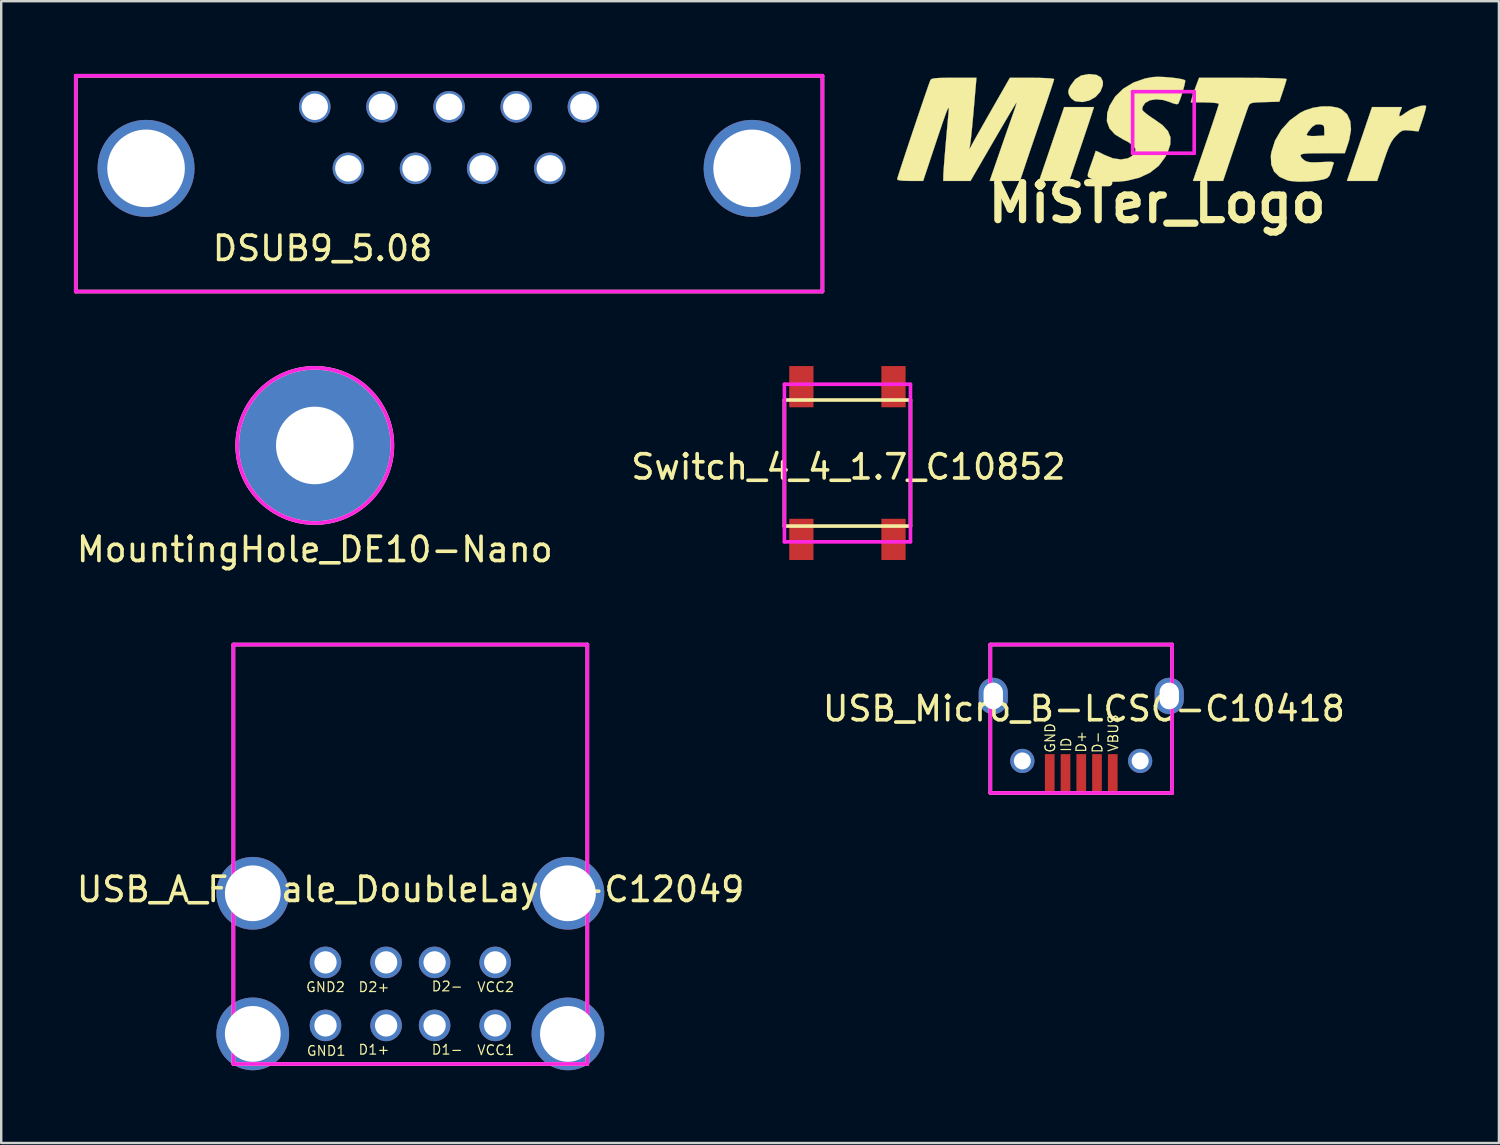
<source format=kicad_pcb>
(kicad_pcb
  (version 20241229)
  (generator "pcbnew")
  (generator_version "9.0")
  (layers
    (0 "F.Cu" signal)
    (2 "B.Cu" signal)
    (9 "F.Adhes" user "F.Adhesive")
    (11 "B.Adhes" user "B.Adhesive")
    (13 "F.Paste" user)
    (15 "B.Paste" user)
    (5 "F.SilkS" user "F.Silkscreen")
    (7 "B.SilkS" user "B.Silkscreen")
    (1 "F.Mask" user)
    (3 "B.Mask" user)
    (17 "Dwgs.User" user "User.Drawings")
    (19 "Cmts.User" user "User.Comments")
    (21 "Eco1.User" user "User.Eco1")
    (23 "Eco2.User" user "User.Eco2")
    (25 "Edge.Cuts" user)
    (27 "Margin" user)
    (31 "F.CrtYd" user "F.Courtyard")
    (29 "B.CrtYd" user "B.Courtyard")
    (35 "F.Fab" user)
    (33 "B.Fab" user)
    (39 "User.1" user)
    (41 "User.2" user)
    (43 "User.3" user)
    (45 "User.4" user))
  (footprint "MountingHole_DE10-Nano"
    (layer "F.Cu")
    (at 9.935 15.325)
    (property "Reference" "MountingHole_DE10-Nano" (at 0 4.29 0) (layer "F.SilkS") (effects (font (size 1 1) (thickness 0.15))))
    (attr through_hole)
    (fp_circle (center 0 0) (end 3.2 0) (stroke (width 0.15) (type solid)) (fill no) (layer "F.SilkS"))
    (fp_circle (center 0 0) (end 3.2 0) (stroke (width 0.15) (type solid)) (fill no) (layer "F.CrtYd"))
    (pad "1" thru_hole circle (at 0 0) (size 6.35 6.35) (drill 3.2) (layers "*.Cu" "*.Mask")))
  (footprint "USB_Micro_B-LCSC-C10418"
    (layer "F.Cu")
    (at 41.551 28.058)
    (property "Reference" "USB_Micro_B-LCSC-C10418" (at 0.11 -1.874 0) (layer "F.SilkS") (effects (font (size 1 1) (thickness 0.15))))
    (attr through_hole)
    (fp_line (start -3.75 -4.52) (end 3.75 -4.52) (stroke (width 0.15) (type solid)) (layer "F.SilkS"))
    (fp_line (start -3.75 1.6) (end -3.75 -4.52) (stroke (width 0.15) (type solid)) (layer "F.SilkS"))
    (fp_line (start 3.75 -4.52) (end 3.75 1.6) (stroke (width 0.15) (type solid)) (layer "F.SilkS"))
    (fp_line (start 3.75 1.6) (end -3.75 1.6) (stroke (width 0.15) (type solid)) (layer "F.SilkS"))
    (fp_line (start -3.75 -4.52) (end 3.75 -4.52) (stroke (width 0.15) (type solid)) (layer "F.CrtYd"))
    (fp_line (start -3.75 1.6) (end -3.75 -4.52) (stroke (width 0.15) (type solid)) (layer "F.CrtYd"))
    (fp_line (start -3.75 1.6) (end 3.75 1.6) (stroke (width 0.15) (type solid)) (layer "F.CrtYd"))
    (fp_line (start 3.75 -4.52) (end 3.75 1.6) (stroke (width 0.15) (type solid)) (layer "F.CrtYd"))
    (fp_text user "D+" (at 0 -0.51 90) (layer "F.SilkS") (effects (font (size 0.4 0.4) (thickness 0.05))))
    (fp_text user "D-" (at 0.67 -0.49 90) (layer "F.SilkS") (effects (font (size 0.4 0.4) (thickness 0.05))))
    (fp_text user "VBUS" (at 1.32 -0.87 90) (layer "F.SilkS") (effects (font (size 0.4 0.4) (thickness 0.05))))
    (fp_text user "ID" (at -0.62 -0.39 90) (layer "F.SilkS") (effects (font (size 0.4 0.4) (thickness 0.05))))
    (fp_text user "GND" (at -1.28 -0.67 90) (layer "F.SilkS") (effects (font (size 0.4 0.4) (thickness 0.05))))
    (pad "1" smd rect (at 1.3 0.8) (size 0.4 1.6) (layers "F.Cu" "F.Mask" "F.Paste"))
    (pad "2" smd rect (at 0.65 0.8) (size 0.4 1.6) (layers "F.Cu" "F.Mask" "F.Paste"))
    (pad "3" smd rect (at 0 0.8) (size 0.4 1.6) (layers "F.Cu" "F.Mask" "F.Paste"))
    (pad "4" smd rect (at -0.65 0.8) (size 0.4 1.6) (layers "F.Cu" "F.Mask" "F.Paste"))
    (pad "5" smd rect (at -1.3 0.8) (size 0.4 1.6) (layers "F.Cu" "F.Mask" "F.Paste"))
    (pad "6" thru_hole oval (at -3.63 -2.4) (size 1.2 1.5) (drill oval 0.8 1.1) (layers "*.Cu" "*.Mask"))
    (pad "6" thru_hole circle (at -2.43 0.28) (size 1 1) (drill 0.7) (layers "*.Cu" "*.Mask"))
    (pad "6" thru_hole circle (at 2.43 0.28) (size 1 1) (drill 0.7) (layers "*.Cu" "*.Mask"))
    (pad "6" thru_hole oval (at 3.63 -2.4) (size 1.2 1.5) (drill oval 0.8 1.1) (layers "*.Cu" "*.Mask")))
  (footprint "MiSTer_Logo"
    (layer "F.Cu")
    (at 44.941 2.001)
    (property "Reference" "MiSTer_Logo" (at -0.26 3.32 0) (layer "F.SilkS") (effects (font (size 1.524 1.524) (thickness 0.3))))
    (attr through_hole)
    (fp_poly (pts (xy -2.941 -0.396) (xy -2.984 -0.265) (xy -3.06 -0.035) (xy -3.162 0.271) (xy -3.283 0.631) (xy -3.415 1.024) (xy -3.45 1.128) (xy -3.884 2.413) (xy -5.131 2.413) (xy -4.613 0.89) (xy -4.096 -0.634) (xy -3.481 -0.634) (xy -2.866 -0.635) (xy -2.941 -0.396)) (stroke (width 0.01) (type solid)) (fill yes) (layer "F.SilkS"))
    (fp_poly (pts (xy -2.767 -1.964) (xy -2.58 -1.86) (xy -2.496 -1.686) (xy -2.5 -1.531) (xy -2.602 -1.27) (xy -2.796 -1.056) (xy -3.051 -0.908) (xy -3.336 -0.842) (xy -3.621 -0.874) (xy -3.668 -0.891) (xy -3.801 -0.991) (xy -3.887 -1.116) (xy -3.927 -1.248) (xy -3.903 -1.377) (xy -3.839 -1.509) (xy -3.64 -1.779) (xy -3.392 -1.938) (xy -3.078 -1.995) (xy -3.056 -1.996) (xy -2.767 -1.964)) (stroke (width 0.01) (type solid)) (fill yes) (layer "F.SilkS"))
    (fp_poly (pts (xy 10.834 -0.681) (xy 10.829 -0.611) (xy 10.789 -0.451) (xy 10.723 -0.231) (xy 10.693 -0.14) (xy 10.521 0.37) (xy 10.183 0.335) (xy 9.982 0.32) (xy 9.851 0.341) (xy 9.733 0.418) (xy 9.6 0.547) (xy 9.488 0.673) (xy 9.392 0.819) (xy 9.299 1.011) (xy 9.198 1.274) (xy 9.085 1.603) (xy 8.816 2.413) (xy 7.569 2.413) (xy 8.087 0.89) (xy 8.604 -0.634) (xy 9.222 -0.634) (xy 9.839 -0.635) (xy 9.777 -0.472) (xy 9.727 -0.315) (xy 9.737 -0.252) (xy 9.821 -0.281) (xy 9.987 -0.399) (xy 9.998 -0.407) (xy 10.182 -0.522) (xy 10.395 -0.617) (xy 10.6 -0.681) (xy 10.762 -0.702) (xy 10.834 -0.681)) (stroke (width 0.01) (type solid)) (fill yes) (layer "F.SilkS"))
    (fp_poly (pts (xy 3.739 -1.84) (xy 4.159 -1.835) (xy 4.518 -1.827) (xy 4.802 -1.818) (xy 4.994 -1.806) (xy 5.078 -1.793) (xy 5.08 -1.79) (xy 5.061 -1.709) (xy 5.011 -1.542) (xy 4.94 -1.324) (xy 4.931 -1.298) (xy 4.783 -0.857) (xy 4.176 -0.839) (xy 3.895 -0.829) (xy 3.714 -0.815) (xy 3.607 -0.789) (xy 3.548 -0.743) (xy 3.51 -0.67) (xy 3.501 -0.649) (xy 3.462 -0.541) (xy 3.39 -0.332) (xy 3.29 -0.041) (xy 3.169 0.313) (xy 3.034 0.71) (xy 2.947 0.968) (xy 2.461 2.413) (xy 1.218 2.413) (xy 1.752 0.853) (xy 1.896 0.43) (xy 2.025 0.047) (xy 2.134 -0.281) (xy 2.218 -0.537) (xy 2.27 -0.705) (xy 2.286 -0.766) (xy 2.227 -0.792) (xy 2.07 -0.812) (xy 1.841 -0.824) (xy 1.708 -0.826) (xy 1.129 -0.826) (xy 1.17 -0.987) (xy 1.215 -1.137) (xy 1.287 -1.348) (xy 1.34 -1.495) (xy 1.47 -1.841) (xy 3.275 -1.841) (xy 3.739 -1.84)) (stroke (width 0.01) (type solid)) (fill yes) (layer "F.SilkS"))
    (fp_poly (pts (xy 7.182 -0.612) (xy 7.349 -0.541) (xy 7.579 -0.335) (xy 7.708 -0.054) (xy 7.737 0.298) (xy 7.663 0.717) (xy 7.614 0.877) (xy 7.481 1.27) (xy 6.566 1.27) (xy 6.201 1.272) (xy 5.945 1.279) (xy 5.78 1.293) (xy 5.689 1.315) (xy 5.654 1.348) (xy 5.652 1.364) (xy 5.7 1.463) (xy 5.813 1.563) (xy 5.921 1.616) (xy 6.064 1.643) (xy 6.274 1.646) (xy 6.515 1.635) (xy 6.784 1.622) (xy 6.946 1.625) (xy 7.019 1.647) (xy 7.025 1.683) (xy 6.988 1.792) (xy 6.934 1.966) (xy 6.916 2.026) (xy 6.847 2.202) (xy 6.749 2.296) (xy 6.61 2.347) (xy 6.289 2.408) (xy 5.922 2.44) (xy 5.559 2.443) (xy 5.246 2.415) (xy 5.121 2.389) (xy 4.792 2.245) (xy 4.567 2.028) (xy 4.447 1.74) (xy 4.431 1.381) (xy 4.453 1.226) (xy 4.604 0.747) (xy 4.739 0.516) (xy 5.905 0.516) (xy 5.963 0.547) (xy 6.116 0.561) (xy 6.271 0.559) (xy 6.636 0.54) (xy 6.636 0.318) (xy 6.624 0.166) (xy 6.565 0.1) (xy 6.438 0.076) (xy 6.28 0.087) (xy 6.147 0.175) (xy 6.073 0.255) (xy 5.967 0.395) (xy 5.909 0.499) (xy 5.905 0.516) (xy 4.739 0.516) (xy 4.864 0.302) (xy 5.214 -0.086) (xy 5.637 -0.394) (xy 5.827 -0.492) (xy 6.157 -0.603) (xy 6.519 -0.661) (xy 6.874 -0.664) (xy 7.182 -0.612)) (stroke (width 0.01) (type solid)) (fill yes) (layer "F.SilkS"))
    (fp_poly (pts (xy 0.025 -1.875) (xy 0.305 -1.853) (xy 0.57 -1.821) (xy 0.78 -1.782) (xy 0.894 -1.743) (xy 0.895 -1.676) (xy 0.864 -1.525) (xy 0.809 -1.325) (xy 0.743 -1.111) (xy 0.675 -0.918) (xy 0.615 -0.783) (xy 0.606 -0.766) (xy 0.53 -0.753) (xy 0.378 -0.795) (xy 0.3 -0.828) (xy -0.001 -0.925) (xy -0.3 -0.954) (xy -0.56 -0.914) (xy -0.749 -0.807) (xy -0.757 -0.799) (xy -0.85 -0.662) (xy -0.88 -0.54) (xy -0.879 -0.536) (xy -0.818 -0.455) (xy -0.673 -0.332) (xy -0.471 -0.19) (xy -0.381 -0.133) (xy -0.037 0.112) (xy 0.185 0.355) (xy 0.291 0.613) (xy 0.284 0.902) (xy 0.171 1.238) (xy 0.076 1.426) (xy -0.189 1.784) (xy -0.553 2.071) (xy -1.002 2.281) (xy -1.525 2.408) (xy -1.824 2.44) (xy -2.11 2.447) (xy -2.391 2.439) (xy -2.607 2.417) (xy -2.612 2.416) (xy -2.819 2.368) (xy -2.991 2.313) (xy -3.034 2.293) (xy -3.095 2.256) (xy -3.122 2.206) (xy -3.114 2.118) (xy -3.069 1.965) (xy -2.983 1.72) (xy -2.979 1.708) (xy -2.895 1.473) (xy -2.832 1.289) (xy -2.797 1.184) (xy -2.794 1.171) (xy -2.743 1.187) (xy -2.61 1.249) (xy -2.438 1.337) (xy -2.083 1.48) (xy -1.752 1.527) (xy -1.466 1.479) (xy -1.31 1.392) (xy -1.172 1.243) (xy -1.15 1.098) (xy -1.246 0.953) (xy -1.465 0.8) (xy -1.657 0.702) (xy -2.002 0.493) (xy -2.227 0.242) (xy -2.332 -0.052) (xy -2.318 -0.389) (xy -2.221 -0.688) (xy -1.99 -1.07) (xy -1.657 -1.392) (xy -1.241 -1.644) (xy -0.757 -1.814) (xy -0.436 -1.873) (xy -0.235 -1.883) (xy 0.025 -1.875)) (stroke (width 0.01) (type solid)) (fill yes) (layer "F.SilkS"))
    (fp_poly (pts (xy -7.818 -0.619) (xy -7.854 -0.22) (xy -7.888 0.153) (xy -7.92 0.473) (xy -7.947 0.717) (xy -7.965 0.857) (xy -8.006 1.111) (xy -7.869 0.857) (xy -7.798 0.727) (xy -7.674 0.507) (xy -7.51 0.218) (xy -7.318 -0.121) (xy -7.108 -0.489) (xy -7.034 -0.619) (xy -6.334 -1.842) (xy -5.421 -1.842) (xy -5.097 -1.838) (xy -4.824 -1.828) (xy -4.624 -1.813) (xy -4.519 -1.795) (xy -4.508 -1.787) (xy -4.528 -1.715) (xy -4.584 -1.538) (xy -4.67 -1.276) (xy -4.782 -0.942) (xy -4.912 -0.555) (xy -5.039 -0.184) (xy -5.194 0.27) (xy -5.346 0.715) (xy -5.486 1.128) (xy -5.607 1.484) (xy -5.7 1.76) (xy -5.743 1.889) (xy -5.916 2.413) (xy -7.168 2.413) (xy -6.755 1.222) (xy -6.617 0.822) (xy -6.481 0.432) (xy -6.357 0.079) (xy -6.256 -0.208) (xy -6.189 -0.397) (xy -6.117 -0.606) (xy -6.07 -0.758) (xy -6.056 -0.825) (xy -6.057 -0.826) (xy -6.093 -0.773) (xy -6.185 -0.624) (xy -6.324 -0.392) (xy -6.502 -0.09) (xy -6.712 0.267) (xy -6.944 0.666) (xy -7.019 0.794) (xy -7.958 2.413) (xy -9.081 2.413) (xy -9.08 2.207) (xy -9.073 2.068) (xy -9.056 1.818) (xy -9.029 1.472) (xy -8.994 1.045) (xy -8.951 0.553) (xy -8.902 0.01) (xy -8.858 -0.468) (xy -8.852 -0.568) (xy -8.861 -0.608) (xy -8.888 -0.577) (xy -8.937 -0.466) (xy -9.011 -0.268) (xy -9.114 0.027) (xy -9.25 0.428) (xy -9.367 0.778) (xy -9.911 2.413) (xy -10.448 2.413) (xy -10.739 2.405) (xy -10.921 2.382) (xy -10.985 2.345) (xy -10.986 2.344) (xy -10.966 2.274) (xy -10.911 2.1) (xy -10.827 1.841) (xy -10.719 1.513) (xy -10.594 1.134) (xy -10.456 0.721) (xy -10.312 0.29) (xy -10.167 -0.14) (xy -10.028 -0.552) (xy -9.899 -0.93) (xy -9.787 -1.256) (xy -9.698 -1.513) (xy -9.637 -1.684) (xy -9.619 -1.73) (xy -9.59 -1.774) (xy -9.528 -1.805) (xy -9.415 -1.824) (xy -9.23 -1.836) (xy -8.955 -1.841) (xy -8.644 -1.842) (xy -7.713 -1.842) (xy -7.818 -0.619)) (stroke (width 0.01) (type solid)) (fill yes) (layer "F.SilkS"))
    (fp_line (start -1.27 -1.27) (end 1.27 -1.27) (stroke (width 0.15) (type solid)) (layer "F.CrtYd"))
    (fp_line (start -1.27 1.27) (end -1.27 -1.27) (stroke (width 0.15) (type solid)) (layer "F.CrtYd"))
    (fp_line (start 1.27 -1.27) (end 1.27 1.27) (stroke (width 0.15) (type solid)) (layer "F.CrtYd"))
    (fp_line (start 1.27 1.27) (end -1.27 1.27) (stroke (width 0.15) (type solid)) (layer "F.CrtYd")))
  (footprint "DSUB9_5.08"
    (layer "F.Cu")
    (at 15.475 3.895)
    (property "Reference" "DSUB9_5.08" (at -5.22 3.3 0) (layer "F.SilkS") (effects (font (size 1 1) (thickness 0.15))))
    (attr through_hole)
    (fp_line (start -15.4 -3.82) (end -15.4 5.08) (stroke (width 0.15) (type solid)) (layer "F.SilkS"))
    (fp_line (start -15.4 -3.82) (end 15.4 -3.82) (stroke (width 0.15) (type solid)) (layer "F.SilkS"))
    (fp_line (start -15.4 5.08) (end 15.4 5.08) (stroke (width 0.15) (type solid)) (layer "F.SilkS"))
    (fp_line (start 15.4 -3.82) (end 15.4 5.08) (stroke (width 0.15) (type solid)) (layer "F.SilkS"))
    (fp_line (start -15.4 -3.82) (end -15.4 5.08) (stroke (width 0.15) (type solid)) (layer "F.CrtYd"))
    (fp_line (start -15.4 -3.82) (end 15.4 -3.82) (stroke (width 0.15) (type solid)) (layer "F.CrtYd"))
    (fp_line (start -15.4 5.08) (end 15.4 5.08) (stroke (width 0.15) (type solid)) (layer "F.CrtYd"))
    (fp_line (start 15.4 -3.82) (end 15.4 5.08) (stroke (width 0.15) (type solid)) (layer "F.CrtYd"))
    (pad "0" thru_hole circle (at -12.5 0) (size 4 4) (drill 3.2) (layers "*.Cu" "*.Mask"))
    (pad "0" thru_hole circle (at 12.5 0) (size 4 4) (drill 3.2) (layers "*.Cu" "*.Mask"))
    (pad "1" thru_hole circle (at -5.54 -2.54) (size 1.3 1.3) (drill 1.09) (layers "*.Cu" "*.Mask"))
    (pad "2" thru_hole circle (at -2.77 -2.54) (size 1.3 1.3) (drill 1.09) (layers "*.Cu" "*.Mask"))
    (pad "3" thru_hole circle (at 0 -2.54) (size 1.3 1.3) (drill 1.09) (layers "*.Cu" "*.Mask"))
    (pad "4" thru_hole circle (at 2.77 -2.54) (size 1.3 1.3) (drill 1.09) (layers "*.Cu" "*.Mask"))
    (pad "5" thru_hole circle (at 5.54 -2.54) (size 1.3 1.3) (drill 1.09) (layers "*.Cu" "*.Mask"))
    (pad "6" thru_hole circle (at -4.155 0) (size 1.3 1.3) (drill 1.09) (layers "*.Cu" "*.Mask"))
    (pad "7" thru_hole circle (at -1.385 0) (size 1.3 1.3) (drill 1.09) (layers "*.Cu" "*.Mask"))
    (pad "8" thru_hole circle (at 1.385 0) (size 1.3 1.3) (drill 1.09) (layers "*.Cu" "*.Mask"))
    (pad "9" thru_hole circle (at 4.155 0) (size 1.3 1.3) (drill 1.09) (layers "*.Cu" "*.Mask")))
  (footprint "Switch_4_4_1.7_C10852"
    (layer "F.Cu")
    (at 31.906 16.05)
    (property "Reference" "Switch_4_4_1.7_C10852" (at 0.04 0.16 0) (layer "F.SilkS") (effects (font (size 1 1) (thickness 0.15))))
    (attr through_hole)
    (fp_line (start -2.6 -2.6) (end -2.6 2.6) (stroke (width 0.15) (type solid)) (layer "F.SilkS"))
    (fp_line (start -2.6 -2.6) (end 2.6 -2.6) (stroke (width 0.15) (type solid)) (layer "F.SilkS"))
    (fp_line (start -2.6 2.6) (end 2.6 2.6) (stroke (width 0.15) (type solid)) (layer "F.SilkS"))
    (fp_line (start 2.6 -2.6) (end 2.6 2.6) (stroke (width 0.15) (type solid)) (layer "F.SilkS"))
    (fp_line (start -2.6 -3.25) (end -2.6 3.25) (stroke (width 0.15) (type solid)) (layer "F.CrtYd"))
    (fp_line (start -2.6 -3.25) (end 2.6 -3.25) (stroke (width 0.15) (type solid)) (layer "F.CrtYd"))
    (fp_line (start -2.6 3.25) (end 2.6 3.25) (stroke (width 0.15) (type solid)) (layer "F.CrtYd"))
    (fp_line (start 2.6 -3.25) (end 2.6 3.25) (stroke (width 0.15) (type solid)) (layer "F.CrtYd"))
    (pad "1" smd rect (at -1.9 -3.15) (size 1 1.7) (layers "F.Cu" "F.Mask" "F.Paste"))
    (pad "1" smd rect (at -1.9 3.15) (size 1 1.7) (layers "F.Cu" "F.Mask" "F.Paste"))
    (pad "2" smd rect (at 1.9 -3.15) (size 1 1.7) (layers "F.Cu" "F.Mask" "F.Paste"))
    (pad "2" smd rect (at 1.9 3.15) (size 1 1.7) (layers "F.Cu" "F.Mask" "F.Paste")))
  (footprint "USB_A_Female_DoubleLayer-C12049"
    (layer "F.Cu")
    (at 13.877 39.598)
    (property "Reference" "USB_A_Female_DoubleLayer-C12049" (at 0.01 -5.96 0) (layer "F.SilkS") (effects (font (size 1 1) (thickness 0.15))))
    (attr through_hole)
    (fp_line (start -7.3 -16.06) (end 7.3 -16.06) (stroke (width 0.15) (type solid)) (layer "F.SilkS"))
    (fp_line (start -7.3 1.24) (end -7.3 -16.06) (stroke (width 0.15) (type solid)) (layer "F.SilkS"))
    (fp_line (start 7.3 -16.06) (end 7.3 1.24) (stroke (width 0.15) (type solid)) (layer "F.SilkS"))
    (fp_line (start 7.3 1.24) (end -7.3 1.24) (stroke (width 0.15) (type solid)) (layer "F.SilkS"))
    (fp_line (start -7.3 -16.06) (end 7.3 -16.06) (stroke (width 0.15) (type solid)) (layer "F.CrtYd"))
    (fp_line (start -7.3 1.24) (end -7.3 -16.06) (stroke (width 0.15) (type solid)) (layer "F.CrtYd"))
    (fp_line (start -7.3 1.24) (end 7.3 1.24) (stroke (width 0.15) (type solid)) (layer "F.CrtYd"))
    (fp_line (start 7.3 1.24) (end 7.3 -16.06) (stroke (width 0.15) (type solid)) (layer "F.CrtYd"))
    (fp_text user "D2-" (at 1.52 -1.96 0) (layer "F.SilkS") (effects (font (size 0.4 0.4) (thickness 0.05))))
    (fp_text user "GND2" (at -3.5 -1.93 0) (layer "F.SilkS") (effects (font (size 0.4 0.4) (thickness 0.05))))
    (fp_text user "D2+" (at -1.5 -1.93 0) (layer "F.SilkS") (effects (font (size 0.4 0.4) (thickness 0.05))))
    (fp_text user "VCC1" (at 3.52 0.67 0) (layer "F.SilkS") (effects (font (size 0.4 0.4) (thickness 0.05))))
    (fp_text user "D1-" (at 1.52 0.65 0) (layer "F.SilkS") (effects (font (size 0.4 0.4) (thickness 0.05))))
    (fp_text user "D1+" (at -1.5 0.65 0) (layer "F.SilkS") (effects (font (size 0.4 0.4) (thickness 0.05))))
    (fp_text user "VCC2" (at 3.52 -1.93 0) (layer "F.SilkS") (effects (font (size 0.4 0.4) (thickness 0.05))))
    (fp_text user "GND1" (at -3.47 0.7 0) (layer "F.SilkS") (effects (font (size 0.4 0.4) (thickness 0.05))))
    (pad "1" thru_hole circle (at 3.5 -0.35) (size 1.3 1.3) (drill 0.92) (layers "*.Cu" "*.Mask"))
    (pad "2" thru_hole circle (at 1 -0.35) (size 1.3 1.3) (drill 0.92) (layers "*.Cu" "*.Mask"))
    (pad "3" thru_hole circle (at -1 -0.35) (size 1.3 1.3) (drill 0.92) (layers "*.Cu" "*.Mask"))
    (pad "4" thru_hole circle (at -3.5 -0.35) (size 1.3 1.3) (drill 0.92) (layers "*.Cu" "*.Mask"))
    (pad "5" thru_hole circle (at 3.5 -2.95) (size 1.3 1.3) (drill 0.92) (layers "*.Cu" "*.Mask"))
    (pad "6" thru_hole circle (at 1 -2.95) (size 1.3 1.3) (drill 0.92) (layers "*.Cu" "*.Mask"))
    (pad "7" thru_hole circle (at -1 -2.95) (size 1.3 1.3) (drill 0.92) (layers "*.Cu" "*.Mask"))
    (pad "8" thru_hole circle (at -3.5 -2.95) (size 1.3 1.3) (drill 0.92) (layers "*.Cu" "*.Mask"))
    (pad "9" thru_hole circle (at -6.5 -5.8 90) (size 3 3) (drill 2.3) (layers "*.Cu" "*.Mask"))
    (pad "9" thru_hole circle (at -6.5 0) (size 3 3) (drill 2.3) (layers "*.Cu" "*.Mask"))
    (pad "9" thru_hole circle (at 6.5 -5.8) (size 3 3) (drill 2.3) (layers "*.Cu" "*.Mask"))
    (pad "9" thru_hole circle (at 6.5 0) (size 3 3) (drill 2.3) (layers "*.Cu" "*.Mask")))
  (gr_rect
    (start -3 -3)
    (end 58.78 44.098)
    (stroke (width 0.1) (type default))
    (fill no)
    (layer "Edge.Cuts")))
</source>
